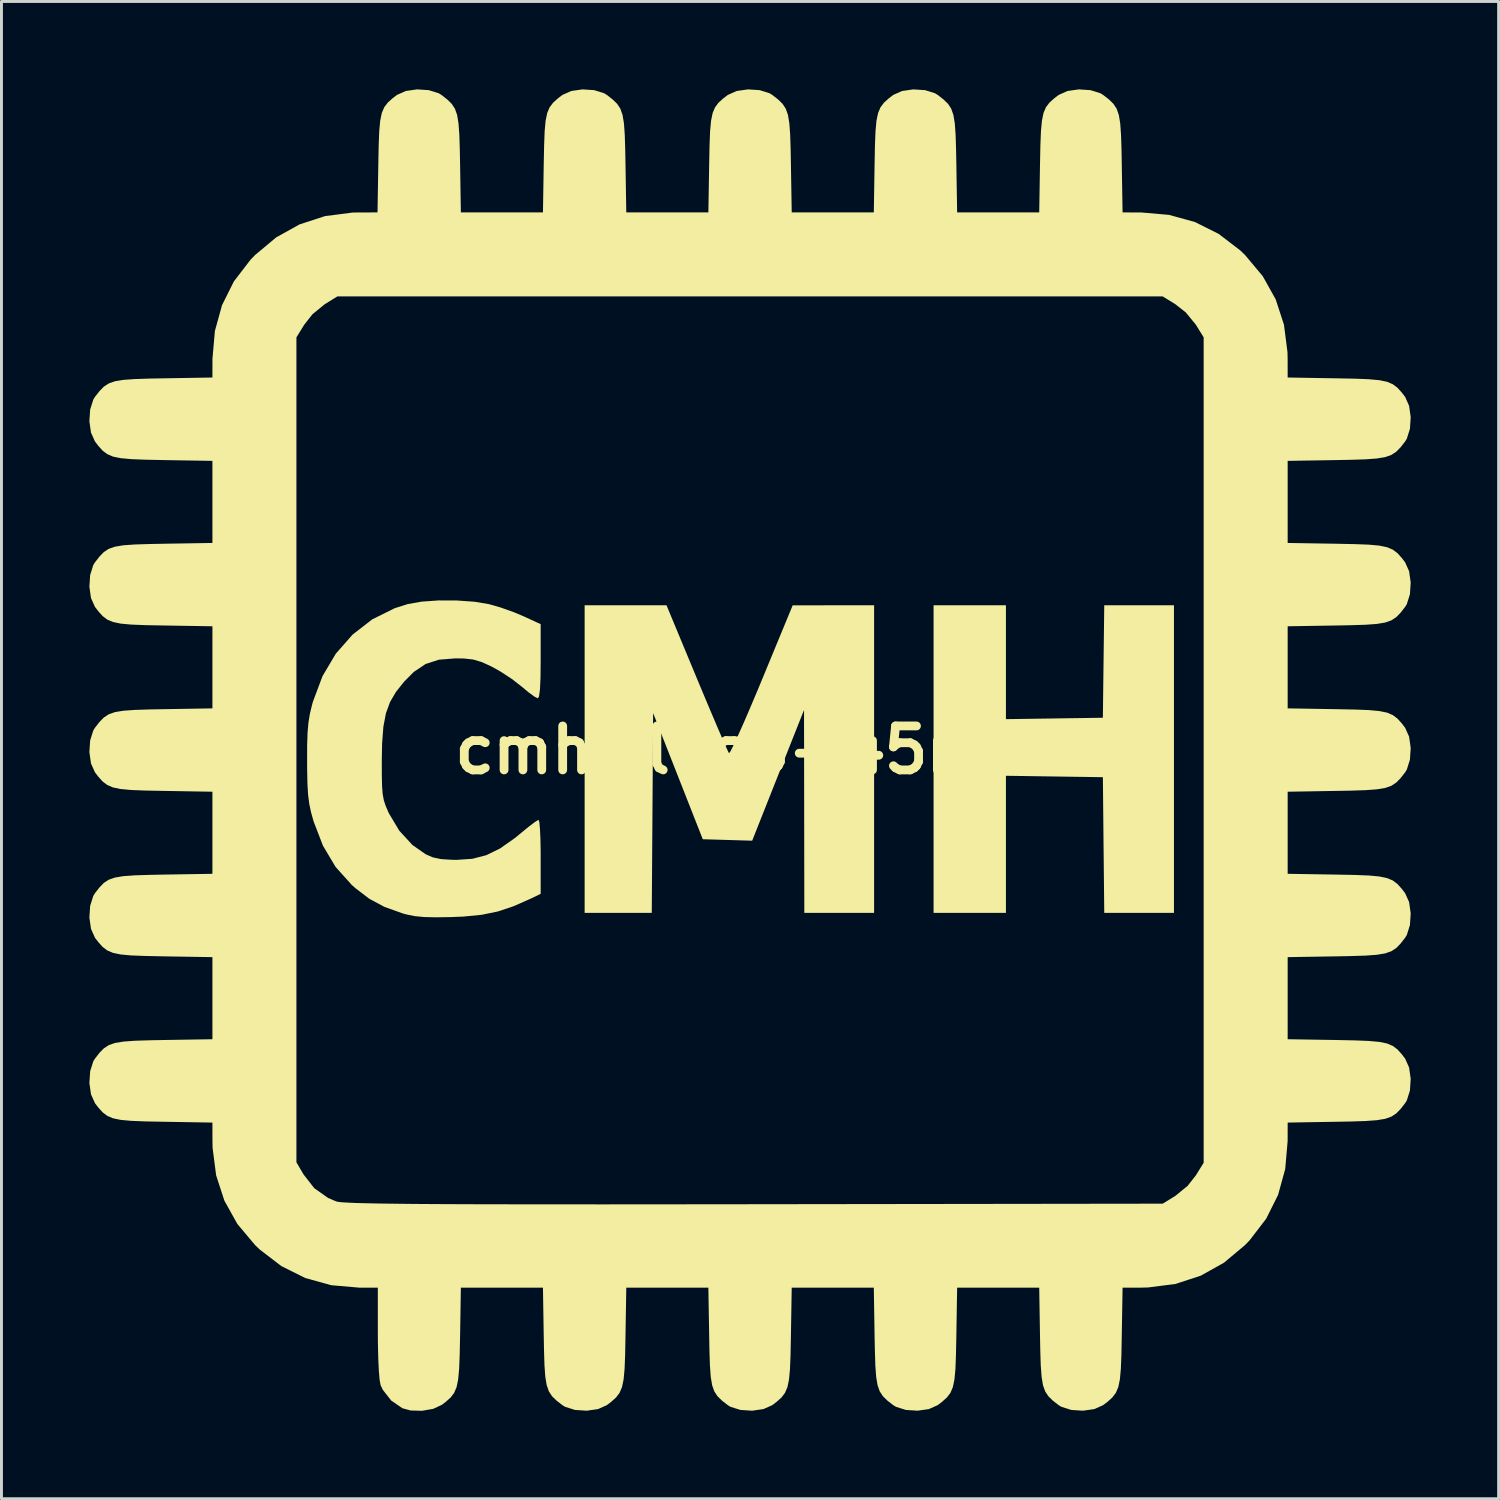
<source format=kicad_pcb>
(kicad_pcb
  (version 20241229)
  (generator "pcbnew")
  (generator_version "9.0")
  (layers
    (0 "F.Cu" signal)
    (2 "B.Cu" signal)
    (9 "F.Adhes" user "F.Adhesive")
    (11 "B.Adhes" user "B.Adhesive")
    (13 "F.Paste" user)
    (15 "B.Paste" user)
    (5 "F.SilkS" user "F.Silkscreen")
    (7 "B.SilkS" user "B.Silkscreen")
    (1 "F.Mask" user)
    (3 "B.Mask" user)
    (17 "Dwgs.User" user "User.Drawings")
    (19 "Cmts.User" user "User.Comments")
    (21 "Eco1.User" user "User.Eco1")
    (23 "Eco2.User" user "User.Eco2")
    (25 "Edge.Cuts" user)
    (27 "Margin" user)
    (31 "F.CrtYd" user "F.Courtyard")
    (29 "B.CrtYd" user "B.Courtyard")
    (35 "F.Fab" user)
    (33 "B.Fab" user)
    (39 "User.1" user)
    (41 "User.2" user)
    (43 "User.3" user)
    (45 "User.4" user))
  (footprint "cmh-logo-45mm"
    (layer "F.Cu")
    (at 22.542 22.542)
    (property "Reference" "cmh-logo-45mm" (at 0 0 0) (layer "F.SilkS") (effects (font (size 1.5 1.5) (thickness 0.3))))
    (attr board_only exclude_from_pos_files exclude_from_bom)
    (fp_poly (pts (xy 8.731 -2.997) (xy 8.731 -1.054) (xy 10.385 -1.078) (xy 12.039 -1.102) (xy 12.062 -3.021) (xy 12.086 -4.939) (xy 13.275 -4.939) (xy 14.464 -4.939) (xy 14.464 0.309) (xy 14.464 5.556) (xy 13.275 5.556) (xy 12.086 5.556) (xy 12.062 3.241) (xy 12.039 0.926) (xy 10.385 0.902) (xy 8.731 0.878) (xy 8.731 3.217) (xy 8.731 5.556) (xy 7.497 5.556) (xy 6.262 5.556) (xy 6.262 0.309) (xy 6.262 -4.939) (xy 7.497 -4.939) (xy 8.731 -4.939)) (stroke (width 0) (type solid)) (fill yes) (layer "F.SilkS"))
    (fp_poly (pts (xy -1.815 -2.447) (xy -1.555 -1.825) (xy -1.315 -1.255) (xy -1.104 -0.759) (xy -0.93 -0.355) (xy -0.802 -0.066) (xy -0.729 0.089) (xy -0.718 0.109) (xy -0.67 0.046) (xy -0.565 -0.16) (xy -0.411 -0.493) (xy -0.215 -0.932) (xy 0.012 -1.459) (xy 0.264 -2.055) (xy 0.4 -2.383) (xy 1.455 -4.938) (xy 2.844 -4.939) (xy 4.233 -4.939) (xy 4.233 0.309) (xy 4.233 5.556) (xy 3.043 5.556) (xy 1.852 5.556) (xy 1.847 2.095) (xy 1.842 -1.367) (xy 0.957 0.863) (xy 0.073 3.093) (xy -0.77 3.068) (xy -1.613 3.043) (xy -2.46 0.89) (xy -3.307 -1.262) (xy -3.33 2.147) (xy -3.353 5.556) (xy -4.499 5.556) (xy -5.644 5.556) (xy -5.644 0.309) (xy -5.644 -4.939) (xy -4.247 -4.939) (xy -2.85 -4.939)) (stroke (width 0) (type solid)) (fill yes) (layer "F.SilkS"))
    (fp_poly (pts (xy -10.001 -5.103) (xy -9.402 -5.06) (xy -8.908 -4.978) (xy -8.514 -4.865) (xy -8.072 -4.708) (xy -7.739 -4.569) (xy -7.144 -4.295) (xy -7.144 -3.03) (xy -7.15 -2.457) (xy -7.169 -2.058) (xy -7.201 -1.828) (xy -7.24 -1.764) (xy -7.35 -1.819) (xy -7.548 -1.962) (xy -7.789 -2.163) (xy -7.791 -2.164) (xy -8.125 -2.424) (xy -8.523 -2.684) (xy -8.818 -2.848) (xy -9.161 -3.004) (xy -9.448 -3.089) (xy -9.765 -3.124) (xy -10.053 -3.128) (xy -10.614 -3.083) (xy -11.069 -2.937) (xy -11.474 -2.665) (xy -11.804 -2.332) (xy -12.081 -1.984) (xy -12.285 -1.636) (xy -12.424 -1.253) (xy -12.511 -0.798) (xy -12.554 -0.235) (xy -12.565 0.353) (xy -12.564 0.86) (xy -12.556 1.229) (xy -12.535 1.5) (xy -12.496 1.712) (xy -12.434 1.902) (xy -12.344 2.111) (xy -12.321 2.161) (xy -11.968 2.752) (xy -11.521 3.239) (xy -11.068 3.556) (xy -10.821 3.663) (xy -10.538 3.722) (xy -10.158 3.745) (xy -10.01 3.747) (xy -9.476 3.711) (xy -8.997 3.587) (xy -8.529 3.358) (xy -8.028 3.006) (xy -7.809 2.826) (xy -7.552 2.616) (xy -7.345 2.459) (xy -7.225 2.384) (xy -7.214 2.381) (xy -7.189 2.464) (xy -7.168 2.692) (xy -7.152 3.035) (xy -7.144 3.459) (xy -7.144 3.644) (xy -7.144 4.906) (xy -7.474 5.066) (xy -8.066 5.328) (xy -8.605 5.508) (xy -9.155 5.621) (xy -9.78 5.682) (xy -10.186 5.699) (xy -10.723 5.707) (xy -11.13 5.697) (xy -11.452 5.665) (xy -11.734 5.607) (xy -11.862 5.571) (xy -12.476 5.351) (xy -12.987 5.078) (xy -13.468 4.711) (xy -13.592 4.6) (xy -14.141 3.989) (xy -14.572 3.265) (xy -14.89 2.44) (xy -14.979 2.124) (xy -15.04 1.834) (xy -15.08 1.524) (xy -15.102 1.148) (xy -15.112 0.662) (xy -15.113 0.397) (xy -15.112 -0.161) (xy -15.098 -0.59) (xy -15.068 -0.933) (xy -15.018 -1.239) (xy -14.942 -1.553) (xy -14.914 -1.652) (xy -14.588 -2.522) (xy -14.134 -3.288) (xy -13.563 -3.938) (xy -12.89 -4.46) (xy -12.125 -4.839) (xy -11.682 -4.98) (xy -11.206 -5.064) (xy -10.624 -5.105)) (stroke (width 0) (type solid)) (fill yes) (layer "F.SilkS"))
    (fp_poly (pts (xy 11.617 -22.516) (xy 11.957 -22.409) (xy 12.049 -22.352) (xy 12.249 -22.196) (xy 12.399 -22.049) (xy 12.508 -21.883) (xy 12.583 -21.671) (xy 12.63 -21.385) (xy 12.658 -20.997) (xy 12.675 -20.481) (xy 12.683 -20.014) (xy 12.711 -18.344) (xy 13.345 -18.343) (xy 14.298 -18.26) (xy 15.181 -18.016) (xy 15.991 -17.611) (xy 16.728 -17.046) (xy 16.89 -16.89) (xy 17.493 -16.17) (xy 17.936 -15.377) (xy 18.218 -14.511) (xy 18.338 -13.574) (xy 18.343 -13.345) (xy 18.344 -12.711) (xy 20.014 -12.683) (xy 20.64 -12.671) (xy 21.118 -12.652) (xy 21.474 -12.619) (xy 21.737 -12.565) (xy 21.933 -12.481) (xy 22.091 -12.361) (xy 22.238 -12.198) (xy 22.352 -12.049) (xy 22.487 -11.747) (xy 22.542 -11.36) (xy 22.516 -10.961) (xy 22.409 -10.621) (xy 22.352 -10.529) (xy 22.196 -10.329) (xy 22.049 -10.179) (xy 21.883 -10.07) (xy 21.671 -9.995) (xy 21.385 -9.948) (xy 20.997 -9.919) (xy 20.481 -9.903) (xy 20.014 -9.894) (xy 18.344 -9.867) (xy 18.344 -8.467) (xy 18.344 -7.066) (xy 20.014 -7.039) (xy 20.64 -7.026) (xy 21.118 -7.008) (xy 21.474 -6.975) (xy 21.737 -6.92) (xy 21.933 -6.837) (xy 22.091 -6.717) (xy 22.238 -6.553) (xy 22.352 -6.404) (xy 22.487 -6.102) (xy 22.542 -5.716) (xy 22.516 -5.317) (xy 22.409 -4.977) (xy 22.352 -4.885) (xy 22.196 -4.685) (xy 22.049 -4.534) (xy 21.883 -4.425) (xy 21.671 -4.351) (xy 21.385 -4.303) (xy 20.997 -4.275) (xy 20.481 -4.259) (xy 20.014 -4.25) (xy 18.344 -4.223) (xy 18.344 -2.822) (xy 18.344 -1.422) (xy 20.014 -1.394) (xy 20.64 -1.382) (xy 21.118 -1.363) (xy 21.474 -1.33) (xy 21.737 -1.276) (xy 21.933 -1.192) (xy 22.091 -1.073) (xy 22.238 -0.909) (xy 22.352 -0.76) (xy 22.487 -0.458) (xy 22.542 -0.071) (xy 22.516 0.328) (xy 22.409 0.668) (xy 22.352 0.76) (xy 22.196 0.96) (xy 22.049 1.11) (xy 21.883 1.219) (xy 21.671 1.294) (xy 21.385 1.341) (xy 20.997 1.369) (xy 20.481 1.386) (xy 20.014 1.394) (xy 18.344 1.422) (xy 18.344 2.822) (xy 18.344 4.223) (xy 20.014 4.25) (xy 20.64 4.262) (xy 21.118 4.281) (xy 21.474 4.314) (xy 21.737 4.369) (xy 21.933 4.452) (xy 22.091 4.572) (xy 22.238 4.736) (xy 22.352 4.885) (xy 22.487 5.186) (xy 22.542 5.573) (xy 22.516 5.972) (xy 22.409 6.312) (xy 22.352 6.404) (xy 22.196 6.604) (xy 22.049 6.755) (xy 21.883 6.864) (xy 21.671 6.938) (xy 21.385 6.986) (xy 20.997 7.014) (xy 20.481 7.03) (xy 20.014 7.039) (xy 18.344 7.066) (xy 18.344 8.467) (xy 18.344 9.867) (xy 20.014 9.894) (xy 20.64 9.907) (xy 21.118 9.926) (xy 21.474 9.959) (xy 21.737 10.013) (xy 21.933 10.097) (xy 22.091 10.216) (xy 22.238 10.38) (xy 22.352 10.529) (xy 22.487 10.831) (xy 22.542 11.217) (xy 22.516 11.617) (xy 22.409 11.957) (xy 22.352 12.049) (xy 22.196 12.249) (xy 22.049 12.399) (xy 21.883 12.508) (xy 21.671 12.583) (xy 21.385 12.63) (xy 20.997 12.658) (xy 20.481 12.675) (xy 20.014 12.683) (xy 18.344 12.711) (xy 18.343 13.345) (xy 18.26 14.298) (xy 18.016 15.181) (xy 17.611 15.991) (xy 17.046 16.728) (xy 16.89 16.89) (xy 16.17 17.493) (xy 15.377 17.936) (xy 14.511 18.218) (xy 13.574 18.338) (xy 13.345 18.343) (xy 12.711 18.344) (xy 12.683 20.014) (xy 12.671 20.64) (xy 12.652 21.118) (xy 12.619 21.474) (xy 12.565 21.737) (xy 12.481 21.933) (xy 12.361 22.091) (xy 12.198 22.238) (xy 12.049 22.352) (xy 11.747 22.487) (xy 11.36 22.542) (xy 10.961 22.516) (xy 10.621 22.409) (xy 10.529 22.352) (xy 10.329 22.196) (xy 10.179 22.049) (xy 10.07 21.883) (xy 9.995 21.671) (xy 9.948 21.385) (xy 9.919 20.997) (xy 9.903 20.481) (xy 9.894 20.014) (xy 9.867 18.344) (xy 8.467 18.344) (xy 7.066 18.344) (xy 7.039 20.014) (xy 7.026 20.64) (xy 7.008 21.118) (xy 6.975 21.474) (xy 6.92 21.737) (xy 6.837 21.933) (xy 6.717 22.091) (xy 6.553 22.238) (xy 6.404 22.352) (xy 6.102 22.487) (xy 5.716 22.542) (xy 5.317 22.516) (xy 4.977 22.409) (xy 4.885 22.352) (xy 4.685 22.196) (xy 4.534 22.049) (xy 4.425 21.883) (xy 4.351 21.671) (xy 4.303 21.385) (xy 4.275 20.997) (xy 4.259 20.481) (xy 4.25 20.014) (xy 4.223 18.344) (xy 2.822 18.344) (xy 1.422 18.344) (xy 1.394 20.014) (xy 1.382 20.64) (xy 1.363 21.118) (xy 1.33 21.474) (xy 1.276 21.737) (xy 1.192 21.933) (xy 1.073 22.091) (xy 0.909 22.238) (xy 0.76 22.352) (xy 0.458 22.487) (xy 0.071 22.542) (xy -0.328 22.516) (xy -0.668 22.409) (xy -0.76 22.352) (xy -0.96 22.196) (xy -1.11 22.049) (xy -1.219 21.883) (xy -1.294 21.671) (xy -1.341 21.385) (xy -1.369 20.997) (xy -1.386 20.481) (xy -1.394 20.014) (xy -1.422 18.344) (xy -2.822 18.344) (xy -4.223 18.344) (xy -4.25 20.014) (xy -4.262 20.64) (xy -4.281 21.118) (xy -4.314 21.474) (xy -4.369 21.737) (xy -4.452 21.933) (xy -4.572 22.091) (xy -4.736 22.238) (xy -4.885 22.352) (xy -5.186 22.487) (xy -5.573 22.542) (xy -5.972 22.516) (xy -6.312 22.409) (xy -6.404 22.352) (xy -6.604 22.196) (xy -6.755 22.049) (xy -6.864 21.883) (xy -6.938 21.671) (xy -6.986 21.385) (xy -7.014 20.997) (xy -7.03 20.481) (xy -7.039 20.014) (xy -7.066 18.344) (xy -8.467 18.344) (xy -9.867 18.344) (xy -9.894 20.014) (xy -9.907 20.641) (xy -9.926 21.118) (xy -9.959 21.475) (xy -10.013 21.737) (xy -10.096 21.933) (xy -10.214 22.089) (xy -10.376 22.235) (xy -10.516 22.342) (xy -10.812 22.479) (xy -11.194 22.545) (xy -11.582 22.535) (xy -11.862 22.458) (xy -12.243 22.196) (xy -12.53 21.83) (xy -12.606 21.668) (xy -12.639 21.493) (xy -12.666 21.174) (xy -12.686 20.742) (xy -12.698 20.229) (xy -12.7 19.882) (xy -12.7 18.344) (xy -13.339 18.343) (xy -14.293 18.26) (xy -15.178 18.014) (xy -15.992 17.608) (xy -16.731 17.042) (xy -16.89 16.889) (xy -17.493 16.171) (xy -17.935 15.378) (xy -18.217 14.513) (xy -18.275 14.067) (xy -15.478 14.067) (xy -15.235 14.48) (xy -14.869 14.95) (xy -14.397 15.283) (xy -14.121 15.401) (xy -14.049 15.417) (xy -13.917 15.431) (xy -13.718 15.443) (xy -13.445 15.455) (xy -13.091 15.464) (xy -12.649 15.473) (xy -12.11 15.48) (xy -11.469 15.487) (xy -10.716 15.492) (xy -9.846 15.496) (xy -8.851 15.499) (xy -7.723 15.5) (xy -6.455 15.501) (xy -5.04 15.502) (xy -3.47 15.501) (xy -1.739 15.499) (xy 0.139 15.497) (xy 14.081 15.478) (xy 14.513 15.211) (xy 14.93 14.87) (xy 15.211 14.513) (xy 15.478 14.081) (xy 15.478 0) (xy 15.478 -14.081) (xy 15.211 -14.513) (xy 14.87 -14.93) (xy 14.513 -15.211) (xy 14.081 -15.478) (xy 0 -15.478) (xy -14.081 -15.478) (xy -14.513 -15.211) (xy -14.93 -14.87) (xy -15.211 -14.513) (xy -15.478 -14.081) (xy -15.478 -0.007) (xy -15.478 14.067) (xy -18.275 14.067) (xy -18.338 13.576) (xy -18.343 13.345) (xy -18.344 12.711) (xy -20.014 12.683) (xy -20.64 12.671) (xy -21.118 12.652) (xy -21.474 12.619) (xy -21.737 12.565) (xy -21.933 12.481) (xy -22.091 12.361) (xy -22.238 12.198) (xy -22.352 12.049) (xy -22.487 11.747) (xy -22.542 11.36) (xy -22.516 10.961) (xy -22.409 10.621) (xy -22.352 10.529) (xy -22.196 10.329) (xy -22.049 10.179) (xy -21.883 10.07) (xy -21.671 9.995) (xy -21.385 9.948) (xy -20.997 9.919) (xy -20.481 9.903) (xy -20.014 9.894) (xy -18.344 9.867) (xy -18.344 8.467) (xy -18.344 7.066) (xy -20.014 7.039) (xy -20.64 7.026) (xy -21.118 7.008) (xy -21.474 6.975) (xy -21.737 6.92) (xy -21.933 6.837) (xy -22.091 6.717) (xy -22.238 6.553) (xy -22.352 6.404) (xy -22.487 6.102) (xy -22.542 5.716) (xy -22.516 5.317) (xy -22.409 4.977) (xy -22.352 4.885) (xy -22.196 4.685) (xy -22.049 4.534) (xy -21.883 4.425) (xy -21.671 4.351) (xy -21.385 4.303) (xy -20.997 4.275) (xy -20.481 4.259) (xy -20.014 4.25) (xy -18.344 4.223) (xy -18.344 2.822) (xy -18.344 1.422) (xy -20.014 1.394) (xy -20.64 1.382) (xy -21.118 1.363) (xy -21.474 1.33) (xy -21.737 1.276) (xy -21.933 1.192) (xy -22.091 1.073) (xy -22.238 0.909) (xy -22.352 0.76) (xy -22.487 0.458) (xy -22.542 0.071) (xy -22.516 -0.328) (xy -22.409 -0.668) (xy -22.352 -0.76) (xy -22.196 -0.96) (xy -22.049 -1.11) (xy -21.883 -1.219) (xy -21.671 -1.294) (xy -21.385 -1.341) (xy -20.997 -1.369) (xy -20.481 -1.386) (xy -20.014 -1.394) (xy -18.344 -1.422) (xy -18.344 -2.822) (xy -18.344 -4.223) (xy -20.014 -4.25) (xy -20.64 -4.262) (xy -21.118 -4.281) (xy -21.474 -4.314) (xy -21.737 -4.369) (xy -21.933 -4.452) (xy -22.091 -4.572) (xy -22.238 -4.736) (xy -22.352 -4.885) (xy -22.487 -5.186) (xy -22.542 -5.573) (xy -22.516 -5.972) (xy -22.409 -6.312) (xy -22.352 -6.404) (xy -22.196 -6.604) (xy -22.049 -6.755) (xy -21.883 -6.864) (xy -21.671 -6.938) (xy -21.385 -6.986) (xy -20.997 -7.014) (xy -20.481 -7.03) (xy -20.014 -7.039) (xy -18.344 -7.066) (xy -18.344 -8.467) (xy -18.344 -9.867) (xy -20.014 -9.894) (xy -20.64 -9.907) (xy -21.118 -9.926) (xy -21.474 -9.959) (xy -21.737 -10.013) (xy -21.933 -10.097) (xy -22.091 -10.216) (xy -22.238 -10.38) (xy -22.352 -10.529) (xy -22.487 -10.831) (xy -22.542 -11.217) (xy -22.516 -11.617) (xy -22.409 -11.957) (xy -22.352 -12.049) (xy -22.196 -12.249) (xy -22.049 -12.399) (xy -21.883 -12.508) (xy -21.671 -12.583) (xy -21.385 -12.63) (xy -20.997 -12.658) (xy -20.481 -12.675) (xy -20.014 -12.683) (xy -18.344 -12.711) (xy -18.343 -13.345) (xy -18.26 -14.298) (xy -18.016 -15.18) (xy -17.612 -15.99) (xy -17.047 -16.726) (xy -16.89 -16.889) (xy -16.169 -17.492) (xy -15.372 -17.935) (xy -14.503 -18.218) (xy -13.566 -18.339) (xy -13.345 -18.343) (xy -12.711 -18.344) (xy -12.683 -20.014) (xy -12.671 -20.64) (xy -12.652 -21.118) (xy -12.619 -21.474) (xy -12.565 -21.737) (xy -12.481 -21.933) (xy -12.361 -22.091) (xy -12.198 -22.238) (xy -12.049 -22.352) (xy -11.747 -22.487) (xy -11.36 -22.542) (xy -10.961 -22.516) (xy -10.621 -22.409) (xy -10.529 -22.352) (xy -10.329 -22.196) (xy -10.179 -22.049) (xy -10.07 -21.883) (xy -9.995 -21.671) (xy -9.948 -21.385) (xy -9.919 -20.997) (xy -9.903 -20.481) (xy -9.894 -20.014) (xy -9.867 -18.344) (xy -8.467 -18.344) (xy -7.066 -18.344) (xy -7.039 -20.014) (xy -7.026 -20.64) (xy -7.008 -21.118) (xy -6.975 -21.474) (xy -6.92 -21.737) (xy -6.837 -21.933) (xy -6.717 -22.091) (xy -6.553 -22.238) (xy -6.404 -22.352) (xy -6.102 -22.487) (xy -5.716 -22.542) (xy -5.317 -22.516) (xy -4.977 -22.409) (xy -4.885 -22.352) (xy -4.685 -22.196) (xy -4.534 -22.049) (xy -4.425 -21.883) (xy -4.351 -21.671) (xy -4.303 -21.385) (xy -4.275 -20.997) (xy -4.259 -20.481) (xy -4.25 -20.014) (xy -4.223 -18.344) (xy -2.822 -18.344) (xy -1.422 -18.344) (xy -1.394 -20.014) (xy -1.382 -20.64) (xy -1.363 -21.118) (xy -1.33 -21.474) (xy -1.276 -21.737) (xy -1.192 -21.933) (xy -1.073 -22.091) (xy -0.909 -22.238) (xy -0.76 -22.352) (xy -0.458 -22.487) (xy -0.071 -22.542) (xy 0.328 -22.516) (xy 0.668 -22.409) (xy 0.76 -22.352) (xy 0.96 -22.196) (xy 1.11 -22.049) (xy 1.219 -21.883) (xy 1.294 -21.671) (xy 1.341 -21.385) (xy 1.369 -20.997) (xy 1.386 -20.481) (xy 1.394 -20.014) (xy 1.422 -18.344) (xy 2.822 -18.344) (xy 4.223 -18.344) (xy 4.25 -20.014) (xy 4.262 -20.64) (xy 4.281 -21.118) (xy 4.314 -21.474) (xy 4.369 -21.737) (xy 4.452 -21.933) (xy 4.572 -22.091) (xy 4.736 -22.238) (xy 4.885 -22.352) (xy 5.186 -22.487) (xy 5.573 -22.542) (xy 5.972 -22.516) (xy 6.312 -22.409) (xy 6.404 -22.352) (xy 6.604 -22.196) (xy 6.755 -22.049) (xy 6.864 -21.883) (xy 6.938 -21.671) (xy 6.986 -21.385) (xy 7.014 -20.997) (xy 7.03 -20.481) (xy 7.039 -20.014) (xy 7.066 -18.344) (xy 8.467 -18.344) (xy 9.867 -18.344) (xy 9.894 -20.014) (xy 9.907 -20.64) (xy 9.926 -21.118) (xy 9.959 -21.474) (xy 10.013 -21.737) (xy 10.097 -21.933) (xy 10.216 -22.091) (xy 10.38 -22.238) (xy 10.529 -22.352) (xy 10.831 -22.487) (xy 11.217 -22.542)) (stroke (width 0) (type solid)) (fill yes) (layer "F.SilkS")))
  (gr_rect
    (start -3 -3)
    (end 48.084 48.087)
    (stroke (width 0.1) (type default))
    (fill no)
    (layer "Edge.Cuts")))
</source>
